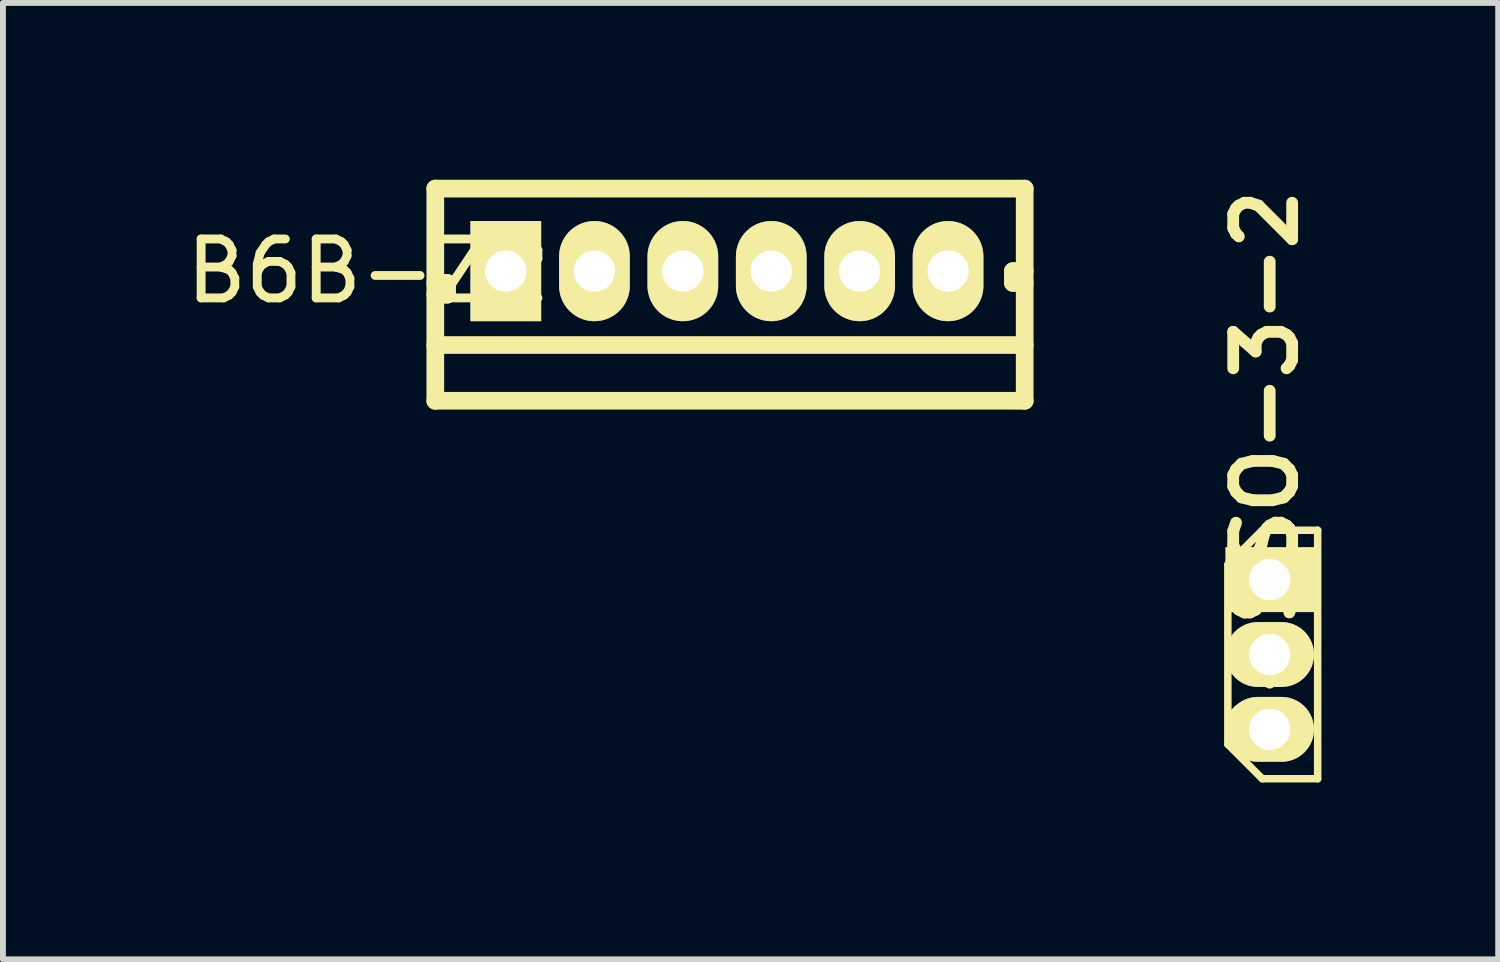
<source format=kicad_pcb>
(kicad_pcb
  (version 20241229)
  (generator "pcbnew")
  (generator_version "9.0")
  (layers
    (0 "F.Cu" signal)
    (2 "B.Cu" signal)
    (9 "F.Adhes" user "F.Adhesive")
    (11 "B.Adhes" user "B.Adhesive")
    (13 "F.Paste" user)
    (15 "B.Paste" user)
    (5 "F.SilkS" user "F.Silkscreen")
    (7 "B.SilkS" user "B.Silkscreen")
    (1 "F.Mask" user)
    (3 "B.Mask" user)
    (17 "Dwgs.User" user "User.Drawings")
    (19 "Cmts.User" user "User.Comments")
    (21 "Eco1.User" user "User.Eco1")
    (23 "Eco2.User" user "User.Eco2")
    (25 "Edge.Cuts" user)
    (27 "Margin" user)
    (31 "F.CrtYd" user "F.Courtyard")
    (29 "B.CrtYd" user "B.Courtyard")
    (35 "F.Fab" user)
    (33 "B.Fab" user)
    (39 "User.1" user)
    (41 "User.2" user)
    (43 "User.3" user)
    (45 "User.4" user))
  (footprint "B6B-ZR"
    (layer "F.Cu")
    (at 9.292 1.55)
    (property "Reference" "B6B-ZR" (at -6.096 0 0) (layer "F.SilkS") (effects (font (size 1 1) (thickness 0.15))))
    (attr through_hole)
    (fp_line (start -4.956 -1.4) (end 5.044 -1.4) (stroke (width 0.3) (type solid)) (layer "F.SilkS"))
    (fp_line (start -4.956 0.2) (end -4.756 0.2) (stroke (width 0.3) (type solid)) (layer "F.SilkS"))
    (fp_line (start -4.956 1.254) (end 5.044 1.254) (stroke (width 0.3) (type solid)) (layer "F.SilkS"))
    (fp_line (start -4.956 2.2) (end -4.956 -1.4) (stroke (width 0.3) (type solid)) (layer "F.SilkS"))
    (fp_line (start -4.756 0.2) (end -4.756 0.4) (stroke (width 0.3) (type solid)) (layer "F.SilkS"))
    (fp_line (start -4.756 0.4) (end -4.956 0.4) (stroke (width 0.3) (type solid)) (layer "F.SilkS"))
    (fp_line (start 4.844 0) (end 4.844 0.2) (stroke (width 0.3) (type solid)) (layer "F.SilkS"))
    (fp_line (start 4.844 0.2) (end 5.044 0.2) (stroke (width 0.3) (type solid)) (layer "F.SilkS"))
    (fp_line (start 5.044 -1.4) (end 5.044 2.2) (stroke (width 0.3) (type solid)) (layer "F.SilkS"))
    (fp_line (start 5.044 0) (end 4.844 0) (stroke (width 0.3) (type solid)) (layer "F.SilkS"))
    (fp_line (start 5.044 2.2) (end -4.956 2.2) (stroke (width 0.3) (type solid)) (layer "F.SilkS"))
    (pad "1" thru_hole rect (at -3.76 0) (size 1.199 1.699) (drill 0.701) (layers "*.Cu" "*.Mask" "F.SilkS"))
    (pad "2" thru_hole oval (at -2.256 0) (size 1.199 1.699) (drill 0.701) (layers "*.Cu" "*.Mask" "F.SilkS"))
    (pad "3" thru_hole oval (at -0.756 0) (size 1.199 1.699) (drill 0.701) (layers "*.Cu" "*.Mask" "F.SilkS"))
    (pad "4" thru_hole oval (at 0.744 0) (size 1.199 1.699) (drill 0.701) (layers "*.Cu" "*.Mask" "F.SilkS"))
    (pad "5" thru_hole oval (at 2.244 0) (size 1.199 1.699) (drill 0.701) (layers "*.Cu" "*.Mask" "F.SilkS"))
    (pad "6" thru_hole oval (at 3.744 0) (size 1.199 1.699) (drill 0.701) (layers "*.Cu" "*.Mask" "F.SilkS")))
  (footprint "P-SSO-3-2"
    (layer "F.Cu")
    (at 18.494 8.055)
    (property "Reference" "P-SSO-3-2" (at -0.072 -3.07 90) (layer "F.SilkS") (effects (font (size 1 1) (thickness 0.2))))
    (attr through_hole)
    (fp_line (start -0.711 -1.524) (end -0.711 1.524) (stroke (width 0.127) (type solid)) (layer "F.SilkS"))
    (fp_line (start -0.127 -2.108) (end -0.711 -1.524) (stroke (width 0.127) (type solid)) (layer "F.SilkS"))
    (fp_line (start -0.127 -2.108) (end 0.813 -2.108) (stroke (width 0.127) (type solid)) (layer "F.SilkS"))
    (fp_line (start -0.127 2.108) (end -0.711 1.524) (stroke (width 0.127) (type solid)) (layer "F.SilkS"))
    (fp_line (start -0.127 2.108) (end 0.813 2.108) (stroke (width 0.127) (type solid)) (layer "F.SilkS"))
    (fp_line (start 0.813 2.108) (end 0.813 -2.108) (stroke (width 0.127) (type solid)) (layer "F.SilkS"))
    (pad "1" thru_hole rect (at 0 -1.27) (size 1.5 1.1) (drill 0.7) (layers "*.Cu" "*.Mask" "F.SilkS"))
    (pad "2" thru_hole oval (at 0 0) (size 1.5 1.1) (drill 0.7) (layers "*.Cu" "*.Mask" "F.SilkS"))
    (pad "3" thru_hole oval (at 0 1.27) (size 1.5 1.1) (drill 0.7) (layers "*.Cu" "*.Mask" "F.SilkS")))
  (gr_rect
    (start -3 -3)
    (end 22.37 13.227)
    (stroke (width 0.1) (type default))
    (fill no)
    (layer "Edge.Cuts")))
</source>
